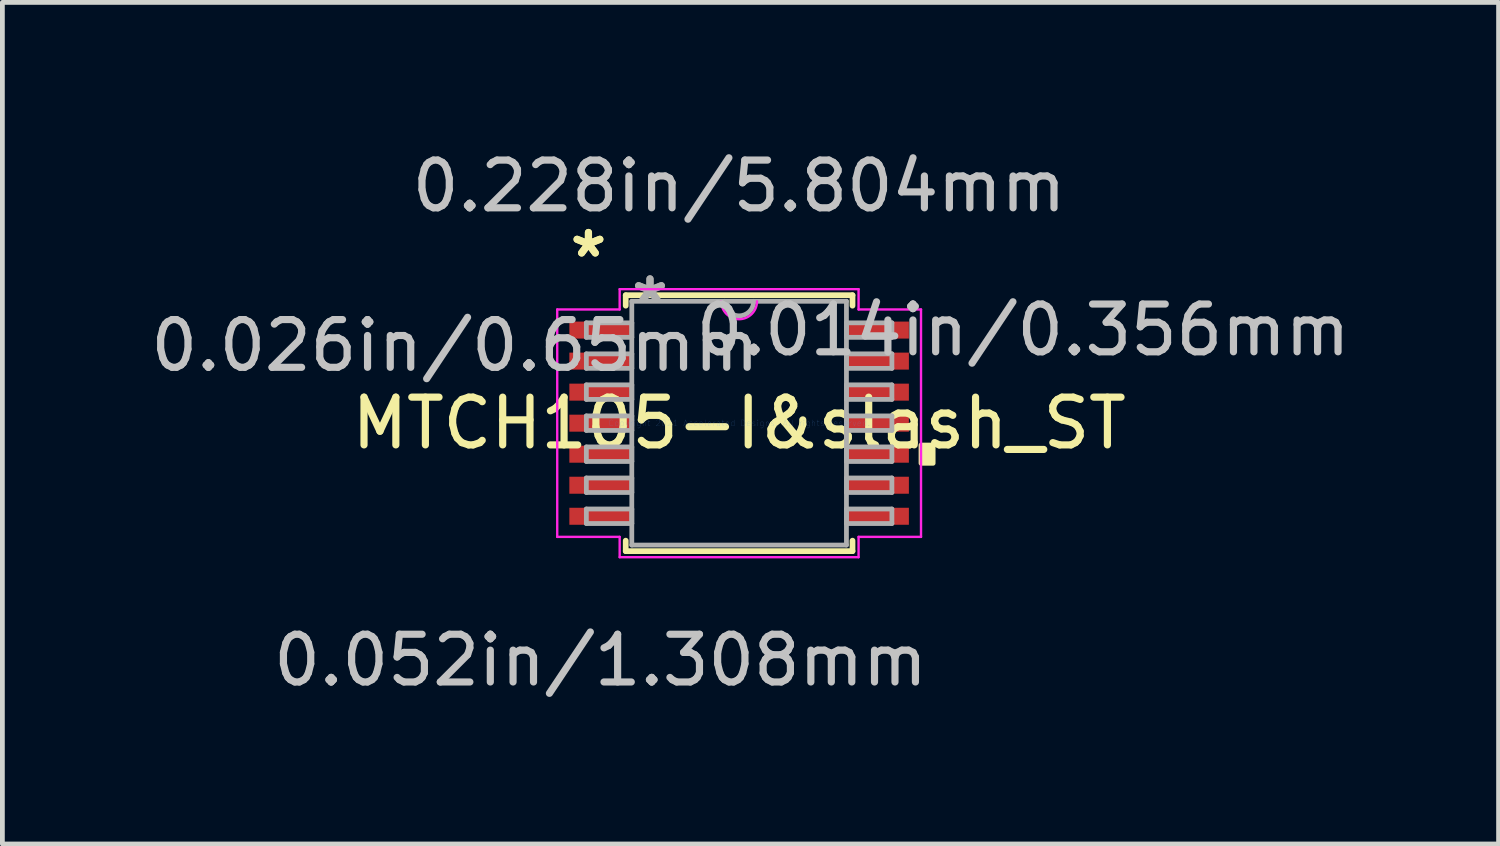
<source format=kicad_pcb>
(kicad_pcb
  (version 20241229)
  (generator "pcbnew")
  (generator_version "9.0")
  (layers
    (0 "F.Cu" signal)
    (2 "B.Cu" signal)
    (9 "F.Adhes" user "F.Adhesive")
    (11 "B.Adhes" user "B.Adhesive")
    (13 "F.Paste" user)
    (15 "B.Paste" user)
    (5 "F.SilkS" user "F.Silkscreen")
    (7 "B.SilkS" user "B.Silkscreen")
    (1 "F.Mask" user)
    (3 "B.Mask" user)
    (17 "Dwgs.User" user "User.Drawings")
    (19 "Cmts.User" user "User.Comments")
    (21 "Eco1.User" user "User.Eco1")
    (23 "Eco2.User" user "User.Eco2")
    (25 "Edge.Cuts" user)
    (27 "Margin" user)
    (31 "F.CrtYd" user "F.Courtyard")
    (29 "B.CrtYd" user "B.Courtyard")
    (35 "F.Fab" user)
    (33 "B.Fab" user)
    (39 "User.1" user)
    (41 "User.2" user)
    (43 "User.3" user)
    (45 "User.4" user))
  (footprint "MTCH105-I&slash_ST"
    (layer "F.Cu")
    (at 12.432 5.814)
    (property "Reference" "MTCH105-I&slash_ST" (at 0 0 0) (layer "F.SilkS") (effects (font (size 1 1) (thickness 0.15))))
    (attr through_hole)
    (fp_line (start -2.375 -2.68) (end -2.375 -2.461) (stroke (width 0.12) (type solid)) (layer "F.SilkS"))
    (fp_line (start -2.375 2.461) (end -2.375 2.68) (stroke (width 0.12) (type solid)) (layer "F.SilkS"))
    (fp_line (start -2.375 2.68) (end 2.375 2.68) (stroke (width 0.12) (type solid)) (layer "F.SilkS"))
    (fp_line (start 2.375 -2.68) (end -2.375 -2.68) (stroke (width 0.12) (type solid)) (layer "F.SilkS"))
    (fp_line (start 2.375 -2.461) (end 2.375 -2.68) (stroke (width 0.12) (type solid)) (layer "F.SilkS"))
    (fp_line (start 2.375 2.68) (end 2.375 2.461) (stroke (width 0.12) (type solid)) (layer "F.SilkS"))
    (fp_poly (pts (xy 4.064 0.459) (xy 4.064 0.84) (xy 3.81 0.84) (xy 3.81 0.459)) (stroke (width 0.1) (type solid)) (fill yes) (layer "F.SilkS"))
    (fp_line (start -3.81 -2.382) (end -2.502 -2.382) (stroke (width 0.05) (type solid)) (layer "F.CrtYd"))
    (fp_line (start -3.81 2.382) (end -3.81 -2.382) (stroke (width 0.05) (type solid)) (layer "F.CrtYd"))
    (fp_line (start -2.502 -2.807) (end 2.502 -2.807) (stroke (width 0.05) (type solid)) (layer "F.CrtYd"))
    (fp_line (start -2.502 -2.382) (end -2.502 -2.807) (stroke (width 0.05) (type solid)) (layer "F.CrtYd"))
    (fp_line (start -2.502 2.382) (end -3.81 2.382) (stroke (width 0.05) (type solid)) (layer "F.CrtYd"))
    (fp_line (start -2.502 2.807) (end -2.502 2.382) (stroke (width 0.05) (type solid)) (layer "F.CrtYd"))
    (fp_line (start 2.502 -2.807) (end 2.502 -2.382) (stroke (width 0.05) (type solid)) (layer "F.CrtYd"))
    (fp_line (start 2.502 -2.382) (end 3.81 -2.382) (stroke (width 0.05) (type solid)) (layer "F.CrtYd"))
    (fp_line (start 2.502 2.382) (end 2.502 2.807) (stroke (width 0.05) (type solid)) (layer "F.CrtYd"))
    (fp_line (start 2.502 2.807) (end -2.502 2.807) (stroke (width 0.05) (type solid)) (layer "F.CrtYd"))
    (fp_line (start 3.81 -2.382) (end 3.81 2.382) (stroke (width 0.05) (type solid)) (layer "F.CrtYd"))
    (fp_line (start 3.81 2.382) (end 2.502 2.382) (stroke (width 0.05) (type solid)) (layer "F.CrtYd"))
    (fp_arc (start 0.37465 -2.5527) (mid 0 -2.17805) (end -0.37465 -2.5527) (stroke (width 0.05) (type solid)) (layer "F.CrtYd"))
    (fp_line (start -3.2 -2.102) (end -3.2 -1.798) (stroke (width 0.1) (type solid)) (layer "F.Fab"))
    (fp_line (start -3.2 -1.798) (end -2.248 -1.798) (stroke (width 0.1) (type solid)) (layer "F.Fab"))
    (fp_line (start -3.2 -1.452) (end -3.2 -1.148) (stroke (width 0.1) (type solid)) (layer "F.Fab"))
    (fp_line (start -3.2 -1.148) (end -2.248 -1.148) (stroke (width 0.1) (type solid)) (layer "F.Fab"))
    (fp_line (start -3.2 -0.802) (end -3.2 -0.498) (stroke (width 0.1) (type solid)) (layer "F.Fab"))
    (fp_line (start -3.2 -0.498) (end -2.248 -0.498) (stroke (width 0.1) (type solid)) (layer "F.Fab"))
    (fp_line (start -3.2 -0.152) (end -3.2 0.152) (stroke (width 0.1) (type solid)) (layer "F.Fab"))
    (fp_line (start -3.2 0.152) (end -2.248 0.152) (stroke (width 0.1) (type solid)) (layer "F.Fab"))
    (fp_line (start -3.2 0.498) (end -3.2 0.802) (stroke (width 0.1) (type solid)) (layer "F.Fab"))
    (fp_line (start -3.2 0.802) (end -2.248 0.802) (stroke (width 0.1) (type solid)) (layer "F.Fab"))
    (fp_line (start -3.2 1.148) (end -3.2 1.452) (stroke (width 0.1) (type solid)) (layer "F.Fab"))
    (fp_line (start -3.2 1.452) (end -2.248 1.452) (stroke (width 0.1) (type solid)) (layer "F.Fab"))
    (fp_line (start -3.2 1.798) (end -3.2 2.102) (stroke (width 0.1) (type solid)) (layer "F.Fab"))
    (fp_line (start -3.2 2.102) (end -2.248 2.102) (stroke (width 0.1) (type solid)) (layer "F.Fab"))
    (fp_line (start -2.248 -2.553) (end -2.248 2.553) (stroke (width 0.1) (type solid)) (layer "F.Fab"))
    (fp_line (start -2.248 -2.102) (end -3.2 -2.102) (stroke (width 0.1) (type solid)) (layer "F.Fab"))
    (fp_line (start -2.248 -1.798) (end -2.248 -2.102) (stroke (width 0.1) (type solid)) (layer "F.Fab"))
    (fp_line (start -2.248 -1.452) (end -3.2 -1.452) (stroke (width 0.1) (type solid)) (layer "F.Fab"))
    (fp_line (start -2.248 -1.148) (end -2.248 -1.452) (stroke (width 0.1) (type solid)) (layer "F.Fab"))
    (fp_line (start -2.248 -0.802) (end -3.2 -0.802) (stroke (width 0.1) (type solid)) (layer "F.Fab"))
    (fp_line (start -2.248 -0.498) (end -2.248 -0.802) (stroke (width 0.1) (type solid)) (layer "F.Fab"))
    (fp_line (start -2.248 -0.152) (end -3.2 -0.152) (stroke (width 0.1) (type solid)) (layer "F.Fab"))
    (fp_line (start -2.248 0.152) (end -2.248 -0.152) (stroke (width 0.1) (type solid)) (layer "F.Fab"))
    (fp_line (start -2.248 0.498) (end -3.2 0.498) (stroke (width 0.1) (type solid)) (layer "F.Fab"))
    (fp_line (start -2.248 0.802) (end -2.248 0.498) (stroke (width 0.1) (type solid)) (layer "F.Fab"))
    (fp_line (start -2.248 1.148) (end -3.2 1.148) (stroke (width 0.1) (type solid)) (layer "F.Fab"))
    (fp_line (start -2.248 1.452) (end -2.248 1.148) (stroke (width 0.1) (type solid)) (layer "F.Fab"))
    (fp_line (start -2.248 1.798) (end -3.2 1.798) (stroke (width 0.1) (type solid)) (layer "F.Fab"))
    (fp_line (start -2.248 2.102) (end -2.248 1.798) (stroke (width 0.1) (type solid)) (layer "F.Fab"))
    (fp_line (start -2.248 2.553) (end 2.248 2.553) (stroke (width 0.1) (type solid)) (layer "F.Fab"))
    (fp_line (start 2.248 -2.553) (end -2.248 -2.553) (stroke (width 0.1) (type solid)) (layer "F.Fab"))
    (fp_line (start 2.248 -2.102) (end 2.248 -1.798) (stroke (width 0.1) (type solid)) (layer "F.Fab"))
    (fp_line (start 2.248 -1.798) (end 3.2 -1.798) (stroke (width 0.1) (type solid)) (layer "F.Fab"))
    (fp_line (start 2.248 -1.452) (end 2.248 -1.148) (stroke (width 0.1) (type solid)) (layer "F.Fab"))
    (fp_line (start 2.248 -1.148) (end 3.2 -1.148) (stroke (width 0.1) (type solid)) (layer "F.Fab"))
    (fp_line (start 2.248 -0.802) (end 2.248 -0.498) (stroke (width 0.1) (type solid)) (layer "F.Fab"))
    (fp_line (start 2.248 -0.498) (end 3.2 -0.498) (stroke (width 0.1) (type solid)) (layer "F.Fab"))
    (fp_line (start 2.248 -0.152) (end 2.248 0.152) (stroke (width 0.1) (type solid)) (layer "F.Fab"))
    (fp_line (start 2.248 0.152) (end 3.2 0.152) (stroke (width 0.1) (type solid)) (layer "F.Fab"))
    (fp_line (start 2.248 0.498) (end 2.248 0.802) (stroke (width 0.1) (type solid)) (layer "F.Fab"))
    (fp_line (start 2.248 0.802) (end 3.2 0.802) (stroke (width 0.1) (type solid)) (layer "F.Fab"))
    (fp_line (start 2.248 1.148) (end 2.248 1.452) (stroke (width 0.1) (type solid)) (layer "F.Fab"))
    (fp_line (start 2.248 1.452) (end 3.2 1.452) (stroke (width 0.1) (type solid)) (layer "F.Fab"))
    (fp_line (start 2.248 1.798) (end 2.248 2.102) (stroke (width 0.1) (type solid)) (layer "F.Fab"))
    (fp_line (start 2.248 2.102) (end 3.2 2.102) (stroke (width 0.1) (type solid)) (layer "F.Fab"))
    (fp_line (start 2.248 2.553) (end 2.248 -2.553) (stroke (width 0.1) (type solid)) (layer "F.Fab"))
    (fp_line (start 3.2 -2.102) (end 2.248 -2.102) (stroke (width 0.1) (type solid)) (layer "F.Fab"))
    (fp_line (start 3.2 -1.798) (end 3.2 -2.102) (stroke (width 0.1) (type solid)) (layer "F.Fab"))
    (fp_line (start 3.2 -1.452) (end 2.248 -1.452) (stroke (width 0.1) (type solid)) (layer "F.Fab"))
    (fp_line (start 3.2 -1.148) (end 3.2 -1.452) (stroke (width 0.1) (type solid)) (layer "F.Fab"))
    (fp_line (start 3.2 -0.802) (end 2.248 -0.802) (stroke (width 0.1) (type solid)) (layer "F.Fab"))
    (fp_line (start 3.2 -0.498) (end 3.2 -0.802) (stroke (width 0.1) (type solid)) (layer "F.Fab"))
    (fp_line (start 3.2 -0.152) (end 2.248 -0.152) (stroke (width 0.1) (type solid)) (layer "F.Fab"))
    (fp_line (start 3.2 0.152) (end 3.2 -0.152) (stroke (width 0.1) (type solid)) (layer "F.Fab"))
    (fp_line (start 3.2 0.498) (end 2.248 0.498) (stroke (width 0.1) (type solid)) (layer "F.Fab"))
    (fp_line (start 3.2 0.802) (end 3.2 0.498) (stroke (width 0.1) (type solid)) (layer "F.Fab"))
    (fp_line (start 3.2 1.148) (end 2.248 1.148) (stroke (width 0.1) (type solid)) (layer "F.Fab"))
    (fp_line (start 3.2 1.452) (end 3.2 1.148) (stroke (width 0.1) (type solid)) (layer "F.Fab"))
    (fp_line (start 3.2 1.798) (end 2.248 1.798) (stroke (width 0.1) (type solid)) (layer "F.Fab"))
    (fp_line (start 3.2 2.102) (end 3.2 1.798) (stroke (width 0.1) (type solid)) (layer "F.Fab"))
    (fp_arc (start 0.3048 -2.5527) (mid 0 -2.2479) (end -0.3048 -2.5527) (stroke (width 0.1) (type solid)) (layer "F.Fab"))
    (fp_text user "*" (at -3.156 -3.449 0) (layer "F.SilkS") (effects (font (size 1 1) (thickness 0.15))))
    (fp_text user "*" (at -3.156 -3.449 0) (layer "F.SilkS") (effects (font (size 1 1) (thickness 0.15))))
    (fp_text user "0.026in/0.65mm" (at -5.95 -1.625 0) (layer "Dwgs.User") (effects (font (size 1 1) (thickness 0.15))))
    (fp_text user "0.052in/1.308mm" (at -2.902 4.966 0) (layer "Dwgs.User") (effects (font (size 1 1) (thickness 0.15))))
    (fp_text user "0.014in/0.356mm" (at 5.95 -1.95 0) (layer "Dwgs.User") (effects (font (size 1 1) (thickness 0.15))))
    (fp_text user "0.228in/5.804mm" (at 0 -4.966 0) (layer "Dwgs.User") (effects (font (size 1 1) (thickness 0.15))))
    (fp_text user "Copyright 2021 Accelerated Designs. All rights reserved." (at 0 0 0) (layer "Cmts.User") (effects (font (size 0.127 0.127) (thickness 0.002))))
    (fp_text user "*" (at -1.867 -2.477 0) (layer "F.Fab") (effects (font (size 1 1) (thickness 0.15))))
    (fp_text user "*" (at -1.867 -2.477 0) (layer "F.Fab") (effects (font (size 1 1) (thickness 0.15))))
    (pad "1" smd rect (at -2.902 -1.95) (size 1.308 0.356) (layers "F.Cu" "F.Mask" "F.Paste"))
    (pad "2" smd rect (at -2.902 -1.3) (size 1.308 0.356) (layers "F.Cu" "F.Mask" "F.Paste"))
    (pad "3" smd rect (at -2.902 -0.65) (size 1.308 0.356) (layers "F.Cu" "F.Mask" "F.Paste"))
    (pad "4" smd rect (at -2.902 0) (size 1.308 0.356) (layers "F.Cu" "F.Mask" "F.Paste"))
    (pad "5" smd rect (at -2.902 0.65) (size 1.308 0.356) (layers "F.Cu" "F.Mask" "F.Paste"))
    (pad "6" smd rect (at -2.902 1.3) (size 1.308 0.356) (layers "F.Cu" "F.Mask" "F.Paste"))
    (pad "7" smd rect (at -2.902 1.95) (size 1.308 0.356) (layers "F.Cu" "F.Mask" "F.Paste"))
    (pad "8" smd rect (at 2.902 1.95) (size 1.308 0.356) (layers "F.Cu" "F.Mask" "F.Paste"))
    (pad "9" smd rect (at 2.902 1.3) (size 1.308 0.356) (layers "F.Cu" "F.Mask" "F.Paste"))
    (pad "10" smd rect (at 2.902 0.65) (size 1.308 0.356) (layers "F.Cu" "F.Mask" "F.Paste"))
    (pad "11" smd rect (at 2.902 0) (size 1.308 0.356) (layers "F.Cu" "F.Mask" "F.Paste"))
    (pad "12" smd rect (at 2.902 -0.65) (size 1.308 0.356) (layers "F.Cu" "F.Mask" "F.Paste"))
    (pad "13" smd rect (at 2.902 -1.3) (size 1.308 0.356) (layers "F.Cu" "F.Mask" "F.Paste"))
    (pad "14" smd rect (at 2.902 -1.95) (size 1.308 0.356) (layers "F.Cu" "F.Mask" "F.Paste")))
  (gr_rect
    (start -3 -3)
    (end 28.34 14.628)
    (stroke (width 0.1) (type default))
    (fill no)
    (layer "Edge.Cuts")))
</source>
